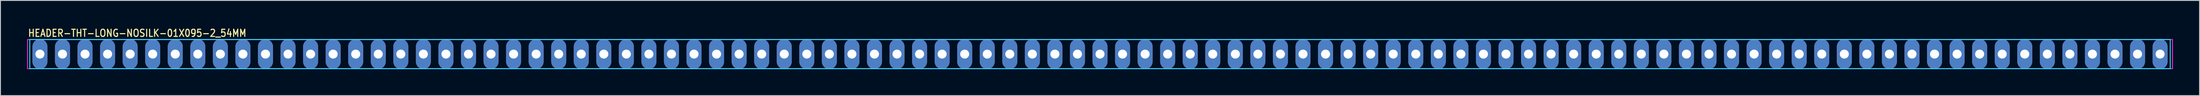
<source format=kicad_pcb>
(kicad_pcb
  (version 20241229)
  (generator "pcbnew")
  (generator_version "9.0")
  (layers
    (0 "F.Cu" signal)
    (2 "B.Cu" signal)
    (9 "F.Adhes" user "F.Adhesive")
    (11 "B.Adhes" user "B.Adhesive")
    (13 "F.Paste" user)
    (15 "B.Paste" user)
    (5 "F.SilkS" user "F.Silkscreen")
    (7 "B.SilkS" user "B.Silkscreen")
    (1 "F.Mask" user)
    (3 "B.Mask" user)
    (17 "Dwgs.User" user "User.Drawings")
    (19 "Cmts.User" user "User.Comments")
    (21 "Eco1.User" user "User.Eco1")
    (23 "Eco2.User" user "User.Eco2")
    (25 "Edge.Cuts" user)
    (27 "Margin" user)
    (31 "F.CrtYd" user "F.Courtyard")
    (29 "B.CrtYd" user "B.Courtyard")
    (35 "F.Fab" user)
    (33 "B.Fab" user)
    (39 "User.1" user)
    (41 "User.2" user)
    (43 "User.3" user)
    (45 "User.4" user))
  (footprint "HEADER-THT-LONG-NOSILK-01X095-2_54MM"
    (layer "F.Cu")
    (at 1.447 3.079)
    (property "Reference" "HEADER-THT-LONG-NOSILK-01X095-2_54MM" (at -1.4 -1.9 0) (unlocked yes) (layer "F.SilkS") (effects (font (size 0.813 0.695) (thickness 0.122)) (justify left bottom)))
    (fp_poly (pts (xy -1.143 -1.651) (xy 239.903 -1.651) (xy 239.903 1.651) (xy -1.143 1.651)) (stroke (width 0.1) (type solid)) (fill no) (layer "B.CrtYd"))
    (fp_poly (pts (xy -1.397 -1.651) (xy 240.157 -1.651) (xy 240.157 1.651) (xy -1.397 1.651)) (stroke (width 0.1) (type solid)) (fill no) (layer "F.CrtYd"))
    (pad "P$1" thru_hole oval (at 0 0 90) (size 3.387 1.693) (drill 1.016) (layers "*.Cu" "*.Mask"))
    (pad "P$2" thru_hole oval (at 2.54 0 90) (size 3.387 1.693) (drill 1.016) (layers "*.Cu" "*.Mask"))
    (pad "P$3" thru_hole oval (at 5.08 0 90) (size 3.387 1.693) (drill 1.016) (layers "*.Cu" "*.Mask"))
    (pad "P$4" thru_hole oval (at 7.62 0 90) (size 3.387 1.693) (drill 1.016) (layers "*.Cu" "*.Mask"))
    (pad "P$5" thru_hole oval (at 10.16 0 90) (size 3.387 1.693) (drill 1.016) (layers "*.Cu" "*.Mask"))
    (pad "P$6" thru_hole oval (at 12.7 0 90) (size 3.387 1.693) (drill 1.016) (layers "*.Cu" "*.Mask"))
    (pad "P$7" thru_hole oval (at 15.24 0 90) (size 3.387 1.693) (drill 1.016) (layers "*.Cu" "*.Mask"))
    (pad "P$8" thru_hole oval (at 17.78 0 90) (size 3.387 1.693) (drill 1.016) (layers "*.Cu" "*.Mask"))
    (pad "P$9" thru_hole oval (at 20.32 0 90) (size 3.387 1.693) (drill 1.016) (layers "*.Cu" "*.Mask"))
    (pad "P$10" thru_hole oval (at 22.86 0 90) (size 3.387 1.693) (drill 1.016) (layers "*.Cu" "*.Mask"))
    (pad "P$11" thru_hole oval (at 25.4 0 90) (size 3.387 1.693) (drill 1.016) (layers "*.Cu" "*.Mask"))
    (pad "P$12" thru_hole oval (at 27.94 0 90) (size 3.387 1.693) (drill 1.016) (layers "*.Cu" "*.Mask"))
    (pad "P$13" thru_hole oval (at 30.48 0 90) (size 3.387 1.693) (drill 1.016) (layers "*.Cu" "*.Mask"))
    (pad "P$14" thru_hole oval (at 33.02 0 90) (size 3.387 1.693) (drill 1.016) (layers "*.Cu" "*.Mask"))
    (pad "P$15" thru_hole oval (at 35.56 0 90) (size 3.387 1.693) (drill 1.016) (layers "*.Cu" "*.Mask"))
    (pad "P$16" thru_hole oval (at 38.1 0 90) (size 3.387 1.693) (drill 1.016) (layers "*.Cu" "*.Mask"))
    (pad "P$17" thru_hole oval (at 40.64 0 90) (size 3.387 1.693) (drill 1.016) (layers "*.Cu" "*.Mask"))
    (pad "P$18" thru_hole oval (at 43.18 0 90) (size 3.387 1.693) (drill 1.016) (layers "*.Cu" "*.Mask"))
    (pad "P$19" thru_hole oval (at 45.72 0 90) (size 3.387 1.693) (drill 1.016) (layers "*.Cu" "*.Mask"))
    (pad "P$20" thru_hole oval (at 48.26 0 90) (size 3.387 1.693) (drill 1.016) (layers "*.Cu" "*.Mask"))
    (pad "P$21" thru_hole oval (at 50.8 0 90) (size 3.387 1.693) (drill 1.016) (layers "*.Cu" "*.Mask"))
    (pad "P$22" thru_hole oval (at 53.34 0 90) (size 3.387 1.693) (drill 1.016) (layers "*.Cu" "*.Mask"))
    (pad "P$23" thru_hole oval (at 55.88 0 90) (size 3.387 1.693) (drill 1.016) (layers "*.Cu" "*.Mask"))
    (pad "P$24" thru_hole oval (at 58.42 0 90) (size 3.387 1.693) (drill 1.016) (layers "*.Cu" "*.Mask"))
    (pad "P$25" thru_hole oval (at 60.96 0 90) (size 3.387 1.693) (drill 1.016) (layers "*.Cu" "*.Mask"))
    (pad "P$26" thru_hole oval (at 63.5 0 90) (size 3.387 1.693) (drill 1.016) (layers "*.Cu" "*.Mask"))
    (pad "P$27" thru_hole oval (at 66.04 0 90) (size 3.387 1.693) (drill 1.016) (layers "*.Cu" "*.Mask"))
    (pad "P$28" thru_hole oval (at 68.58 0 90) (size 3.387 1.693) (drill 1.016) (layers "*.Cu" "*.Mask"))
    (pad "P$29" thru_hole oval (at 71.12 0 90) (size 3.387 1.693) (drill 1.016) (layers "*.Cu" "*.Mask"))
    (pad "P$30" thru_hole oval (at 73.66 0 90) (size 3.387 1.693) (drill 1.016) (layers "*.Cu" "*.Mask"))
    (pad "P$31" thru_hole oval (at 76.2 0 90) (size 3.387 1.693) (drill 1.016) (layers "*.Cu" "*.Mask"))
    (pad "P$32" thru_hole oval (at 78.74 0 90) (size 3.387 1.693) (drill 1.016) (layers "*.Cu" "*.Mask"))
    (pad "P$33" thru_hole oval (at 81.28 0 90) (size 3.387 1.693) (drill 1.016) (layers "*.Cu" "*.Mask"))
    (pad "P$34" thru_hole oval (at 83.82 0 90) (size 3.387 1.693) (drill 1.016) (layers "*.Cu" "*.Mask"))
    (pad "P$35" thru_hole oval (at 86.36 0 90) (size 3.387 1.693) (drill 1.016) (layers "*.Cu" "*.Mask"))
    (pad "P$36" thru_hole oval (at 88.9 0 90) (size 3.387 1.693) (drill 1.016) (layers "*.Cu" "*.Mask"))
    (pad "P$37" thru_hole oval (at 91.44 0 90) (size 3.387 1.693) (drill 1.016) (layers "*.Cu" "*.Mask"))
    (pad "P$38" thru_hole oval (at 93.98 0 90) (size 3.387 1.693) (drill 1.016) (layers "*.Cu" "*.Mask"))
    (pad "P$39" thru_hole oval (at 96.52 0 90) (size 3.387 1.693) (drill 1.016) (layers "*.Cu" "*.Mask"))
    (pad "P$40" thru_hole oval (at 99.06 0 90) (size 3.387 1.693) (drill 1.016) (layers "*.Cu" "*.Mask"))
    (pad "P$41" thru_hole oval (at 101.6 0 90) (size 3.387 1.693) (drill 1.016) (layers "*.Cu" "*.Mask"))
    (pad "P$42" thru_hole oval (at 104.14 0 90) (size 3.387 1.693) (drill 1.016) (layers "*.Cu" "*.Mask"))
    (pad "P$43" thru_hole oval (at 106.68 0 90) (size 3.387 1.693) (drill 1.016) (layers "*.Cu" "*.Mask"))
    (pad "P$44" thru_hole oval (at 109.22 0 90) (size 3.387 1.693) (drill 1.016) (layers "*.Cu" "*.Mask"))
    (pad "P$45" thru_hole oval (at 111.76 0 90) (size 3.387 1.693) (drill 1.016) (layers "*.Cu" "*.Mask"))
    (pad "P$46" thru_hole oval (at 114.3 0 90) (size 3.387 1.693) (drill 1.016) (layers "*.Cu" "*.Mask"))
    (pad "P$47" thru_hole oval (at 116.84 0 90) (size 3.387 1.693) (drill 1.016) (layers "*.Cu" "*.Mask"))
    (pad "P$48" thru_hole oval (at 119.38 0 90) (size 3.387 1.693) (drill 1.016) (layers "*.Cu" "*.Mask"))
    (pad "P$49" thru_hole oval (at 121.92 0 90) (size 3.387 1.693) (drill 1.016) (layers "*.Cu" "*.Mask"))
    (pad "P$50" thru_hole oval (at 124.46 0 90) (size 3.387 1.693) (drill 1.016) (layers "*.Cu" "*.Mask"))
    (pad "P$51" thru_hole oval (at 127 0 90) (size 3.387 1.693) (drill 1.016) (layers "*.Cu" "*.Mask"))
    (pad "P$52" thru_hole oval (at 129.54 0 90) (size 3.387 1.693) (drill 1.016) (layers "*.Cu" "*.Mask"))
    (pad "P$53" thru_hole oval (at 132.08 0 90) (size 3.387 1.693) (drill 1.016) (layers "*.Cu" "*.Mask"))
    (pad "P$54" thru_hole oval (at 134.62 0 90) (size 3.387 1.693) (drill 1.016) (layers "*.Cu" "*.Mask"))
    (pad "P$55" thru_hole oval (at 137.16 0 90) (size 3.387 1.693) (drill 1.016) (layers "*.Cu" "*.Mask"))
    (pad "P$56" thru_hole oval (at 139.7 0 90) (size 3.387 1.693) (drill 1.016) (layers "*.Cu" "*.Mask"))
    (pad "P$57" thru_hole oval (at 142.24 0 90) (size 3.387 1.693) (drill 1.016) (layers "*.Cu" "*.Mask"))
    (pad "P$58" thru_hole oval (at 144.78 0 90) (size 3.387 1.693) (drill 1.016) (layers "*.Cu" "*.Mask"))
    (pad "P$59" thru_hole oval (at 147.32 0 90) (size 3.387 1.693) (drill 1.016) (layers "*.Cu" "*.Mask"))
    (pad "P$60" thru_hole oval (at 149.86 0 90) (size 3.387 1.693) (drill 1.016) (layers "*.Cu" "*.Mask"))
    (pad "P$61" thru_hole oval (at 152.4 0 90) (size 3.387 1.693) (drill 1.016) (layers "*.Cu" "*.Mask"))
    (pad "P$62" thru_hole oval (at 154.94 0 90) (size 3.387 1.693) (drill 1.016) (layers "*.Cu" "*.Mask"))
    (pad "P$63" thru_hole oval (at 157.48 0 90) (size 3.387 1.693) (drill 1.016) (layers "*.Cu" "*.Mask"))
    (pad "P$64" thru_hole oval (at 160.02 0 90) (size 3.387 1.693) (drill 1.016) (layers "*.Cu" "*.Mask"))
    (pad "P$65" thru_hole oval (at 162.56 0 90) (size 3.387 1.693) (drill 1.016) (layers "*.Cu" "*.Mask"))
    (pad "P$66" thru_hole oval (at 165.1 0 90) (size 3.387 1.693) (drill 1.016) (layers "*.Cu" "*.Mask"))
    (pad "P$67" thru_hole oval (at 167.64 0 90) (size 3.387 1.693) (drill 1.016) (layers "*.Cu" "*.Mask"))
    (pad "P$68" thru_hole oval (at 170.18 0 90) (size 3.387 1.693) (drill 1.016) (layers "*.Cu" "*.Mask"))
    (pad "P$69" thru_hole oval (at 172.72 0 90) (size 3.387 1.693) (drill 1.016) (layers "*.Cu" "*.Mask"))
    (pad "P$70" thru_hole oval (at 175.26 0 90) (size 3.387 1.693) (drill 1.016) (layers "*.Cu" "*.Mask"))
    (pad "P$71" thru_hole oval (at 177.8 0 90) (size 3.387 1.693) (drill 1.016) (layers "*.Cu" "*.Mask"))
    (pad "P$72" thru_hole oval (at 180.34 0 90) (size 3.387 1.693) (drill 1.016) (layers "*.Cu" "*.Mask"))
    (pad "P$73" thru_hole oval (at 182.88 0 90) (size 3.387 1.693) (drill 1.016) (layers "*.Cu" "*.Mask"))
    (pad "P$74" thru_hole oval (at 185.42 0 90) (size 3.387 1.693) (drill 1.016) (layers "*.Cu" "*.Mask"))
    (pad "P$75" thru_hole oval (at 187.96 0 90) (size 3.387 1.693) (drill 1.016) (layers "*.Cu" "*.Mask"))
    (pad "P$76" thru_hole oval (at 190.5 0 90) (size 3.387 1.693) (drill 1.016) (layers "*.Cu" "*.Mask"))
    (pad "P$77" thru_hole oval (at 193.04 0 90) (size 3.387 1.693) (drill 1.016) (layers "*.Cu" "*.Mask"))
    (pad "P$78" thru_hole oval (at 195.58 0 90) (size 3.387 1.693) (drill 1.016) (layers "*.Cu" "*.Mask"))
    (pad "P$79" thru_hole oval (at 198.12 0 90) (size 3.387 1.693) (drill 1.016) (layers "*.Cu" "*.Mask"))
    (pad "P$80" thru_hole oval (at 200.66 0 90) (size 3.387 1.693) (drill 1.016) (layers "*.Cu" "*.Mask"))
    (pad "P$81" thru_hole oval (at 203.2 0 90) (size 3.387 1.693) (drill 1.016) (layers "*.Cu" "*.Mask"))
    (pad "P$82" thru_hole oval (at 205.74 0 90) (size 3.387 1.693) (drill 1.016) (layers "*.Cu" "*.Mask"))
    (pad "P$83" thru_hole oval (at 208.28 0 90) (size 3.387 1.693) (drill 1.016) (layers "*.Cu" "*.Mask"))
    (pad "P$84" thru_hole oval (at 210.82 0 90) (size 3.387 1.693) (drill 1.016) (layers "*.Cu" "*.Mask"))
    (pad "P$85" thru_hole oval (at 213.36 0 90) (size 3.387 1.693) (drill 1.016) (layers "*.Cu" "*.Mask"))
    (pad "P$86" thru_hole oval (at 215.9 0 90) (size 3.387 1.693) (drill 1.016) (layers "*.Cu" "*.Mask"))
    (pad "P$87" thru_hole oval (at 218.44 0 90) (size 3.387 1.693) (drill 1.016) (layers "*.Cu" "*.Mask"))
    (pad "P$88" thru_hole oval (at 220.98 0 90) (size 3.387 1.693) (drill 1.016) (layers "*.Cu" "*.Mask"))
    (pad "P$89" thru_hole oval (at 223.52 0 90) (size 3.387 1.693) (drill 1.016) (layers "*.Cu" "*.Mask"))
    (pad "P$90" thru_hole oval (at 226.06 0 90) (size 3.387 1.693) (drill 1.016) (layers "*.Cu" "*.Mask"))
    (pad "P$91" thru_hole oval (at 228.6 0 90) (size 3.387 1.693) (drill 1.016) (layers "*.Cu" "*.Mask"))
    (pad "P$92" thru_hole oval (at 231.14 0 90) (size 3.387 1.693) (drill 1.016) (layers "*.Cu" "*.Mask"))
    (pad "P$93" thru_hole oval (at 233.68 0 90) (size 3.387 1.693) (drill 1.016) (layers "*.Cu" "*.Mask"))
    (pad "P$94" thru_hole oval (at 236.22 0 90) (size 3.387 1.693) (drill 1.016) (layers "*.Cu" "*.Mask"))
    (pad "P$95" thru_hole oval (at 238.76 0 90) (size 3.387 1.693) (drill 1.016) (layers "*.Cu" "*.Mask")))
  (gr_rect
    (start -3 -3)
    (end 244.654 7.78)
    (stroke (width 0.1) (type default))
    (fill no)
    (layer "Edge.Cuts")))
</source>
